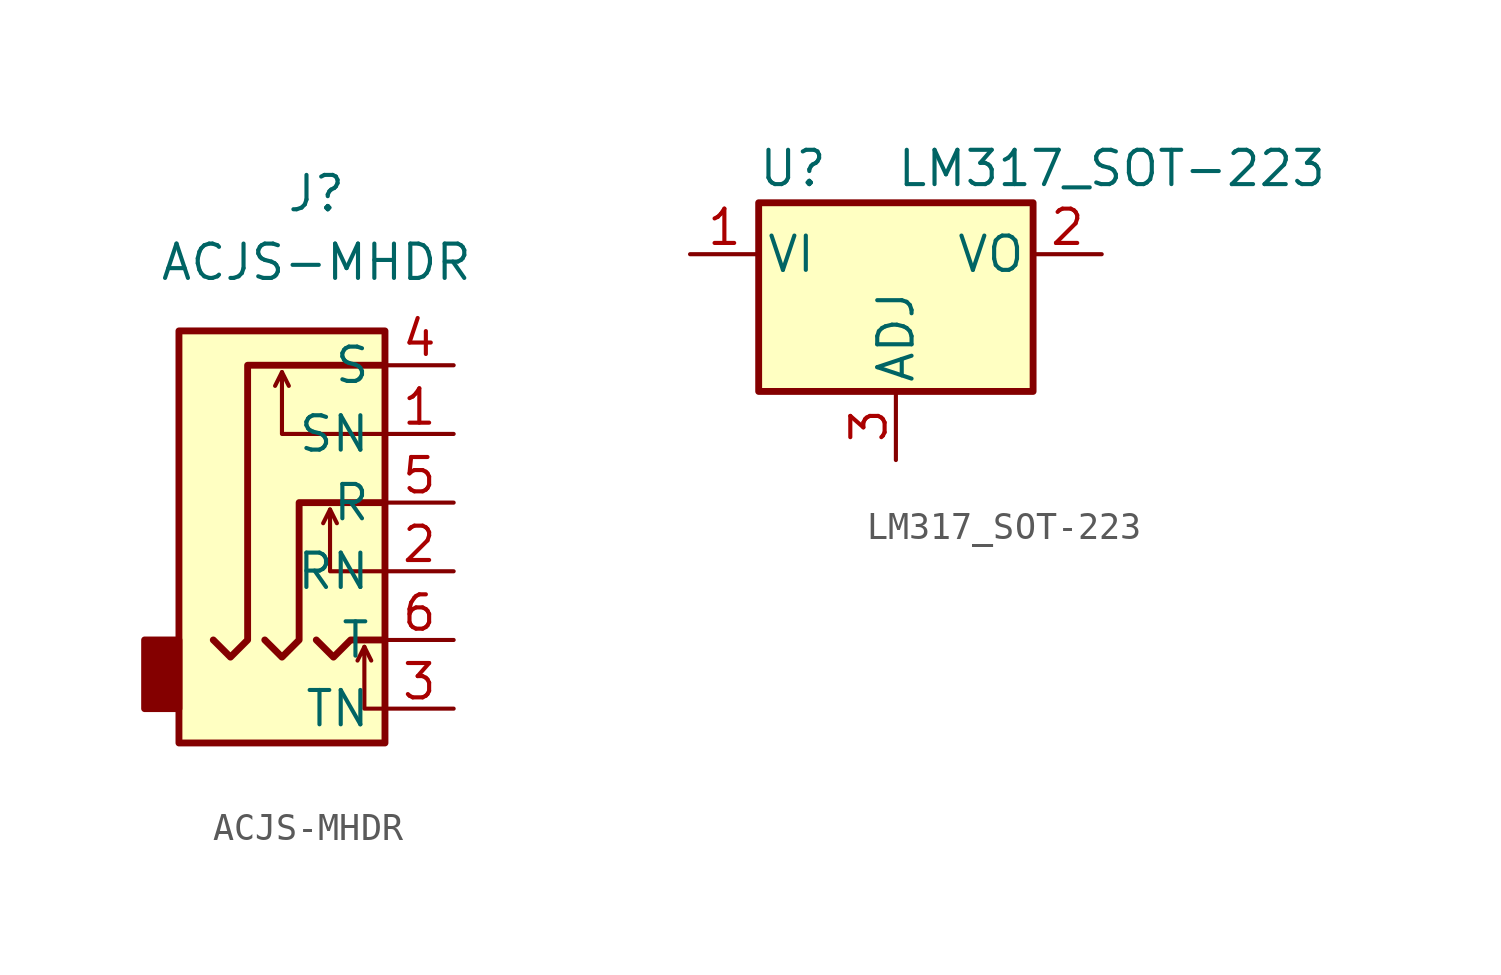
<source format=kicad_sym>
(kicad_symbol_lib
  (version 20231120)
  (generator "kicad_symbol_editor")
  (generator_version "8.0")
  (symbol "ACJS-MHDR"
    (property "Reference" "J"
      (at 0 11.43 0)
      (effects (font (size 1.27 1.27))))
    (property "Value" "ACJS-MHDR"
      (at 0 8.89 0)
      (effects (font (size 1.27 1.27))))
    (symbol "ACJS-MHDR_0_1"
      (rectangle (start -5.08 -5.08) (end -6.35 -7.62) (stroke (width 0.254) (type default)) (fill (type outline)))
      (polyline (pts (xy -1.27 4.826) (xy -1.016 4.318)) (stroke (width 0) (type default)) (fill (type none)))
      (polyline (pts (xy 0.508 -0.254) (xy 0.762 -0.762)) (stroke (width 0) (type default)) (fill (type none)))
      (polyline (pts (xy 1.778 -5.334) (xy 2.032 -5.842)) (stroke (width 0) (type default)) (fill (type none)))
      (polyline (pts (xy 0 -5.08) (xy 0.635 -5.715) (xy 1.27 -5.08) (xy 2.54 -5.08)) (stroke (width 0.254) (type default)) (fill (type none)))
      (polyline (pts (xy 2.54 -7.62) (xy 1.778 -7.62) (xy 1.778 -5.334) (xy 1.524 -5.842)) (stroke (width 0) (type default)) (fill (type none)))
      (polyline (pts (xy 2.54 -2.54) (xy 0.508 -2.54) (xy 0.508 -0.254) (xy 0.254 -0.762)) (stroke (width 0) (type default)) (fill (type none)))
      (polyline (pts (xy 2.54 2.54) (xy -1.27 2.54) (xy -1.27 4.826) (xy -1.524 4.318)) (stroke (width 0) (type default)) (fill (type none)))
      (polyline (pts (xy -1.905 -5.08) (xy -1.27 -5.715) (xy -0.635 -5.08) (xy -0.635 0) (xy 2.54 0)) (stroke (width 0.254) (type default)) (fill (type none)))
      (polyline (pts (xy 2.54 5.08) (xy -2.54 5.08) (xy -2.54 -5.08) (xy -3.175 -5.715) (xy -3.81 -5.08)) (stroke (width 0.254) (type default)) (fill (type none)))
      (rectangle (start 2.54 6.35) (end -5.08 -8.89) (stroke (width 0.254) (type default)) (fill (type background))))
    (symbol "ACJS-MHDR_1_1"
      (pin passive line (at 5.08 2.54 180) (length 2.54) (name "SN" (effects (font (size 1.27 1.27)))) (number "1" (effects (font (size 1.27 1.27)))))
      (pin passive line (at 5.08 -2.54 180) (length 2.54) (name "RN" (effects (font (size 1.27 1.27)))) (number "2" (effects (font (size 1.27 1.27)))))
      (pin passive line (at 5.08 -7.62 180) (length 2.54) (name "TN" (effects (font (size 1.27 1.27)))) (number "3" (effects (font (size 1.27 1.27)))))
      (pin passive line (at 5.08 5.08 180) (length 2.54) (name "S" (effects (font (size 1.27 1.27)))) (number "4" (effects (font (size 1.27 1.27)))))
      (pin passive line (at 5.08 0 180) (length 2.54) (name "R" (effects (font (size 1.27 1.27)))) (number "5" (effects (font (size 1.27 1.27)))))
      (pin passive line (at 5.08 -5.08 180) (length 2.54) (name "T" (effects (font (size 1.27 1.27)))) (number "6" (effects (font (size 1.27 1.27)))))))
  (symbol "LM317_SOT-223"
    (pin_names
      (offset 0.254))
    (property "Reference" "U"
      (at -3.81 3.175 0)
      (effects (font (size 1.27 1.27))))
    (property "Value" "LM317_SOT-223"
      (at 0 3.175 0)
      (effects (font (size 1.27 1.27)) (justify left)))
    (symbol "LM317_SOT-223_0_1"
      (rectangle (start -5.08 1.905) (end 5.08 -5.08) (stroke (width 0.254) (type default)) (fill (type background))))
    (symbol "LM317_SOT-223_1_1"
      (pin power_in line (at -7.62 0 0) (length 2.54) (name "VI" (effects (font (size 1.27 1.27)))) (number "1" (effects (font (size 1.27 1.27)))))
      (pin power_out line (at 7.62 0 180) (length 2.54) (name "VO" (effects (font (size 1.27 1.27)))) (number "2" (effects (font (size 1.27 1.27)))))
      (pin input line (at 0 -7.62 90) (length 2.54) (name "ADJ" (effects (font (size 1.27 1.27)))) (number "3" (effects (font (size 1.27 1.27))))))))
</source>
